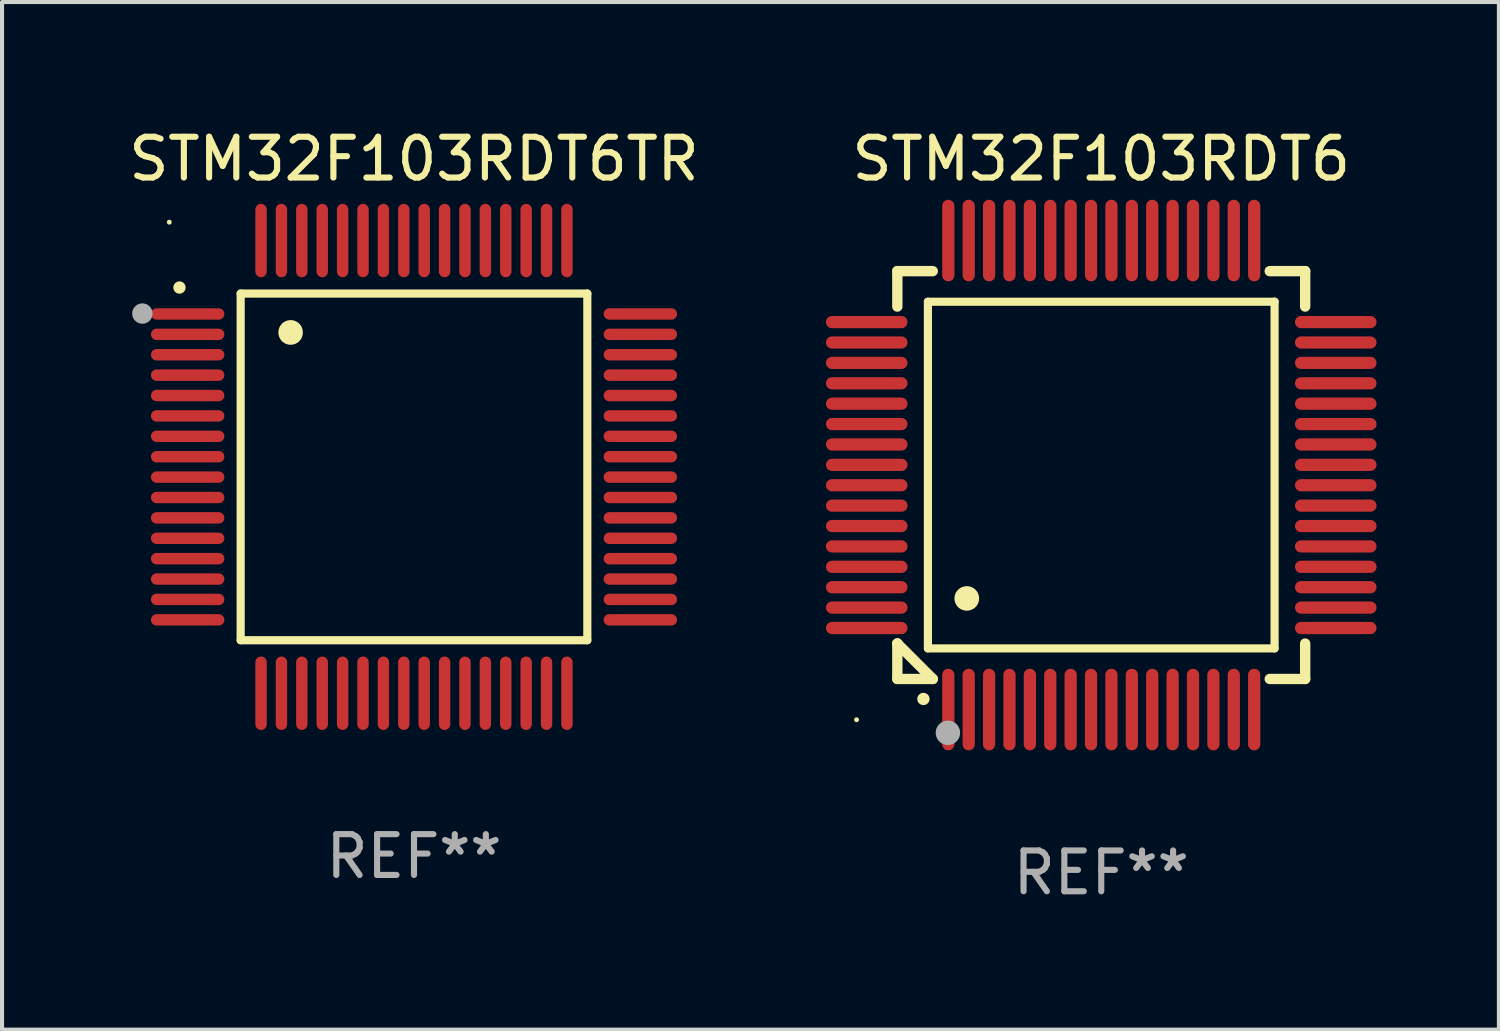
<source format=kicad_pcb>
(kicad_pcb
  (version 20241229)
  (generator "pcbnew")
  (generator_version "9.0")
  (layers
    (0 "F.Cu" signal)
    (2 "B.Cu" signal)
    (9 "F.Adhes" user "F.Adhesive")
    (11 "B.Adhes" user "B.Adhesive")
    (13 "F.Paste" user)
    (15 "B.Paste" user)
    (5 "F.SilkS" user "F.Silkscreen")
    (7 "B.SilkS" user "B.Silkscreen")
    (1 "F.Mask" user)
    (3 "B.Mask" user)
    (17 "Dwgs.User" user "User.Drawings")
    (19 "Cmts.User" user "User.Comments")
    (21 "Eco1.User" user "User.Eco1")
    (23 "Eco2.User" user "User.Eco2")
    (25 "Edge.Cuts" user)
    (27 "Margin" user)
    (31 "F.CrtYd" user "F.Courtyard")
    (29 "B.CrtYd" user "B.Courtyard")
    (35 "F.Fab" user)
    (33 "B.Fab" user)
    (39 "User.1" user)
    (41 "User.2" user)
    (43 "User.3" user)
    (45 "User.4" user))
  (footprint "STM32F103RDT6TR"
    (layer "F.Cu")
    (at 7.101 8.398)
    (property "Reference" "STM32F103RDT6TR" (at 0 -7.55 0) (layer "F.SilkS") (effects (font (size 1 1) (thickness 0.15))))
    (attr through_hole)
    (fp_line (start -4.25 -4.25) (end -4.25 4.25) (stroke (width 0.2) (type solid)) (layer "F.SilkS"))
    (fp_line (start -4.25 4.25) (end 4.25 4.25) (stroke (width 0.2) (type solid)) (layer "F.SilkS"))
    (fp_line (start 4.25 -4.25) (end -4.25 -4.25) (stroke (width 0.2) (type solid)) (layer "F.SilkS"))
    (fp_line (start 4.25 4.25) (end 4.25 -4.25) (stroke (width 0.2) (type solid)) (layer "F.SilkS"))
    (fp_arc (start -5.750572 -4.396749) (mid -5.750577 -4.398019) (end -5.750572 -4.399289) (stroke (width 0.3) (type solid)) (layer "F.SilkS"))
    (fp_arc (start -3.025146 -3.294387) (mid -3.025157 -3.296927) (end -3.025146 -3.299467) (stroke (width 0.6) (type solid)) (layer "F.SilkS"))
    (fp_circle (center -6 -6) (end -5.97 -6) (stroke (width 0.06) (type solid)) (fill no) (layer "F.SilkS"))
    (fp_circle (center -6.66 -3.76) (end -6.535 -3.76) (stroke (width 0.25) (type solid)) (fill no) (layer "F.Fab"))
    (fp_text user "REF**" (at 0 9.55 0) (layer "F.Fab") (effects (font (size 1 1) (thickness 0.15))))
    (pad "1" smd oval (at -5.55 -3.75) (size 1.8 0.28) (layers "F.Cu" "F.Mask" "F.Paste"))
    (pad "2" smd oval (at -5.55 -3.25) (size 1.8 0.28) (layers "F.Cu" "F.Mask" "F.Paste"))
    (pad "3" smd oval (at -5.55 -2.75) (size 1.8 0.28) (layers "F.Cu" "F.Mask" "F.Paste"))
    (pad "4" smd oval (at -5.55 -2.25) (size 1.8 0.28) (layers "F.Cu" "F.Mask" "F.Paste"))
    (pad "5" smd oval (at -5.55 -1.75) (size 1.8 0.28) (layers "F.Cu" "F.Mask" "F.Paste"))
    (pad "6" smd oval (at -5.55 -1.25) (size 1.8 0.28) (layers "F.Cu" "F.Mask" "F.Paste"))
    (pad "7" smd oval (at -5.55 -0.75) (size 1.8 0.28) (layers "F.Cu" "F.Mask" "F.Paste"))
    (pad "8" smd oval (at -5.55 -0.25) (size 1.8 0.28) (layers "F.Cu" "F.Mask" "F.Paste"))
    (pad "9" smd oval (at -5.55 0.25) (size 1.8 0.28) (layers "F.Cu" "F.Mask" "F.Paste"))
    (pad "10" smd oval (at -5.55 0.75) (size 1.8 0.28) (layers "F.Cu" "F.Mask" "F.Paste"))
    (pad "11" smd oval (at -5.55 1.25) (size 1.8 0.28) (layers "F.Cu" "F.Mask" "F.Paste"))
    (pad "12" smd oval (at -5.55 1.75) (size 1.8 0.28) (layers "F.Cu" "F.Mask" "F.Paste"))
    (pad "13" smd oval (at -5.55 2.25) (size 1.8 0.28) (layers "F.Cu" "F.Mask" "F.Paste"))
    (pad "14" smd oval (at -5.55 2.75) (size 1.8 0.28) (layers "F.Cu" "F.Mask" "F.Paste"))
    (pad "15" smd oval (at -5.55 3.25) (size 1.8 0.28) (layers "F.Cu" "F.Mask" "F.Paste"))
    (pad "16" smd oval (at -5.55 3.75) (size 1.8 0.28) (layers "F.Cu" "F.Mask" "F.Paste"))
    (pad "17" smd oval (at -3.75 5.55) (size 0.28 1.8) (layers "F.Cu" "F.Mask" "F.Paste"))
    (pad "18" smd oval (at -3.25 5.55) (size 0.28 1.8) (layers "F.Cu" "F.Mask" "F.Paste"))
    (pad "19" smd oval (at -2.75 5.55) (size 0.28 1.8) (layers "F.Cu" "F.Mask" "F.Paste"))
    (pad "20" smd oval (at -2.25 5.55) (size 0.28 1.8) (layers "F.Cu" "F.Mask" "F.Paste"))
    (pad "21" smd oval (at -1.75 5.55) (size 0.28 1.8) (layers "F.Cu" "F.Mask" "F.Paste"))
    (pad "22" smd oval (at -1.25 5.55) (size 0.28 1.8) (layers "F.Cu" "F.Mask" "F.Paste"))
    (pad "23" smd oval (at -0.75 5.55) (size 0.28 1.8) (layers "F.Cu" "F.Mask" "F.Paste"))
    (pad "24" smd oval (at -0.25 5.55) (size 0.28 1.8) (layers "F.Cu" "F.Mask" "F.Paste"))
    (pad "25" smd oval (at 0.25 5.55) (size 0.28 1.8) (layers "F.Cu" "F.Mask" "F.Paste"))
    (pad "26" smd oval (at 0.75 5.55) (size 0.28 1.8) (layers "F.Cu" "F.Mask" "F.Paste"))
    (pad "27" smd oval (at 1.25 5.55) (size 0.28 1.8) (layers "F.Cu" "F.Mask" "F.Paste"))
    (pad "28" smd oval (at 1.75 5.55) (size 0.28 1.8) (layers "F.Cu" "F.Mask" "F.Paste"))
    (pad "29" smd oval (at 2.25 5.55) (size 0.28 1.8) (layers "F.Cu" "F.Mask" "F.Paste"))
    (pad "30" smd oval (at 2.75 5.55) (size 0.28 1.8) (layers "F.Cu" "F.Mask" "F.Paste"))
    (pad "31" smd oval (at 3.25 5.55) (size 0.28 1.8) (layers "F.Cu" "F.Mask" "F.Paste"))
    (pad "32" smd oval (at 3.75 5.55) (size 0.28 1.8) (layers "F.Cu" "F.Mask" "F.Paste"))
    (pad "33" smd oval (at 5.55 3.75) (size 1.8 0.28) (layers "F.Cu" "F.Mask" "F.Paste"))
    (pad "34" smd oval (at 5.55 3.25) (size 1.8 0.28) (layers "F.Cu" "F.Mask" "F.Paste"))
    (pad "35" smd oval (at 5.55 2.75) (size 1.8 0.28) (layers "F.Cu" "F.Mask" "F.Paste"))
    (pad "36" smd oval (at 5.55 2.25) (size 1.8 0.28) (layers "F.Cu" "F.Mask" "F.Paste"))
    (pad "37" smd oval (at 5.55 1.75) (size 1.8 0.28) (layers "F.Cu" "F.Mask" "F.Paste"))
    (pad "38" smd oval (at 5.55 1.25) (size 1.8 0.28) (layers "F.Cu" "F.Mask" "F.Paste"))
    (pad "39" smd oval (at 5.55 0.75) (size 1.8 0.28) (layers "F.Cu" "F.Mask" "F.Paste"))
    (pad "40" smd oval (at 5.55 0.25) (size 1.8 0.28) (layers "F.Cu" "F.Mask" "F.Paste"))
    (pad "41" smd oval (at 5.55 -0.25) (size 1.8 0.28) (layers "F.Cu" "F.Mask" "F.Paste"))
    (pad "42" smd oval (at 5.55 -0.75) (size 1.8 0.28) (layers "F.Cu" "F.Mask" "F.Paste"))
    (pad "43" smd oval (at 5.55 -1.25) (size 1.8 0.28) (layers "F.Cu" "F.Mask" "F.Paste"))
    (pad "44" smd oval (at 5.55 -1.75) (size 1.8 0.28) (layers "F.Cu" "F.Mask" "F.Paste"))
    (pad "45" smd oval (at 5.55 -2.25) (size 1.8 0.28) (layers "F.Cu" "F.Mask" "F.Paste"))
    (pad "46" smd oval (at 5.55 -2.75) (size 1.8 0.28) (layers "F.Cu" "F.Mask" "F.Paste"))
    (pad "47" smd oval (at 5.55 -3.25) (size 1.8 0.28) (layers "F.Cu" "F.Mask" "F.Paste"))
    (pad "48" smd oval (at 5.55 -3.75) (size 1.8 0.28) (layers "F.Cu" "F.Mask" "F.Paste"))
    (pad "49" smd oval (at 3.75 -5.55) (size 0.28 1.8) (layers "F.Cu" "F.Mask" "F.Paste"))
    (pad "50" smd oval (at 3.25 -5.55) (size 0.28 1.8) (layers "F.Cu" "F.Mask" "F.Paste"))
    (pad "51" smd oval (at 2.75 -5.55) (size 0.28 1.8) (layers "F.Cu" "F.Mask" "F.Paste"))
    (pad "52" smd oval (at 2.25 -5.55) (size 0.28 1.8) (layers "F.Cu" "F.Mask" "F.Paste"))
    (pad "53" smd oval (at 1.75 -5.55) (size 0.28 1.8) (layers "F.Cu" "F.Mask" "F.Paste"))
    (pad "54" smd oval (at 1.25 -5.55) (size 0.28 1.8) (layers "F.Cu" "F.Mask" "F.Paste"))
    (pad "55" smd oval (at 0.75 -5.55) (size 0.28 1.8) (layers "F.Cu" "F.Mask" "F.Paste"))
    (pad "56" smd oval (at 0.25 -5.55) (size 0.28 1.8) (layers "F.Cu" "F.Mask" "F.Paste"))
    (pad "57" smd oval (at -0.25 -5.55) (size 0.28 1.8) (layers "F.Cu" "F.Mask" "F.Paste"))
    (pad "58" smd oval (at -0.75 -5.55) (size 0.28 1.8) (layers "F.Cu" "F.Mask" "F.Paste"))
    (pad "59" smd oval (at -1.25 -5.55) (size 0.28 1.8) (layers "F.Cu" "F.Mask" "F.Paste"))
    (pad "60" smd oval (at -1.75 -5.55) (size 0.28 1.8) (layers "F.Cu" "F.Mask" "F.Paste"))
    (pad "61" smd oval (at -2.25 -5.55) (size 0.28 1.8) (layers "F.Cu" "F.Mask" "F.Paste"))
    (pad "62" smd oval (at -2.75 -5.55) (size 0.28 1.8) (layers "F.Cu" "F.Mask" "F.Paste"))
    (pad "63" smd oval (at -3.25 -5.55) (size 0.28 1.8) (layers "F.Cu" "F.Mask" "F.Paste"))
    (pad "64" smd oval (at -3.75 -5.55) (size 0.28 1.8) (layers "F.Cu" "F.Mask" "F.Paste")))
  (footprint "STM32F103RDT6"
    (layer "F.Cu")
    (at 23.952 8.598)
    (property "Reference" "STM32F103RDT6" (at 0 -7.75 0) (layer "F.SilkS") (effects (font (size 1 1) (thickness 0.15))))
    (attr through_hole)
    (fp_line (start -5 -5) (end -4.131 -5) (stroke (width 0.254) (type solid)) (layer "F.SilkS"))
    (fp_line (start -5 -4.131) (end -5 -5) (stroke (width 0.254) (type solid)) (layer "F.SilkS"))
    (fp_line (start -5 4.131) (end -5 4.131) (stroke (width 0.254) (type solid)) (layer "F.SilkS"))
    (fp_line (start -5 5) (end -5 4.131) (stroke (width 0.254) (type solid)) (layer "F.SilkS"))
    (fp_line (start -5 4.131) (end -4.131 5) (stroke (width 0.254) (type solid)) (layer "F.SilkS"))
    (fp_line (start -4.25 -4.25) (end -4.25 4.25) (stroke (width 0.2) (type solid)) (layer "F.SilkS"))
    (fp_line (start -4.25 4.25) (end 4.25 4.25) (stroke (width 0.2) (type solid)) (layer "F.SilkS"))
    (fp_line (start -4.131 5) (end -5 5) (stroke (width 0.254) (type solid)) (layer "F.SilkS"))
    (fp_line (start 4.25 -4.25) (end -4.25 -4.25) (stroke (width 0.2) (type solid)) (layer "F.SilkS"))
    (fp_line (start 4.25 4.25) (end 4.25 -4.25) (stroke (width 0.2) (type solid)) (layer "F.SilkS"))
    (fp_line (start 5 -5) (end 4.131 -5) (stroke (width 0.254) (type solid)) (layer "F.SilkS"))
    (fp_line (start 5 -5) (end 5 -4.131) (stroke (width 0.254) (type solid)) (layer "F.SilkS"))
    (fp_line (start 5 4.131) (end 5 5) (stroke (width 0.254) (type solid)) (layer "F.SilkS"))
    (fp_line (start 5 5) (end 4.131 5) (stroke (width 0.254) (type solid)) (layer "F.SilkS"))
    (fp_arc (start -4.361265 5.489992) (mid -4.359995 5.489987) (end -4.358725 5.489992) (stroke (width 0.3) (type solid)) (layer "F.SilkS"))
    (fp_arc (start -3.299467 3.025146) (mid -3.296927 3.025135) (end -3.294387 3.025146) (stroke (width 0.6) (type solid)) (layer "F.SilkS"))
    (fp_circle (center -6 6) (end -5.97 6) (stroke (width 0.06) (type solid)) (fill no) (layer "F.SilkS"))
    (fp_circle (center -3.76 6.32) (end -3.61 6.32) (stroke (width 0.3) (type solid)) (fill no) (layer "F.Fab"))
    (fp_text user "REF**" (at 0 9.75 0) (layer "F.Fab") (effects (font (size 1 1) (thickness 0.15))))
    (pad "1" smd oval (at -3.75 5.75) (size 0.3 2) (layers "F.Cu" "F.Mask" "F.Paste"))
    (pad "2" smd oval (at -3.25 5.75) (size 0.3 2) (layers "F.Cu" "F.Mask" "F.Paste"))
    (pad "3" smd oval (at -2.75 5.75) (size 0.3 2) (layers "F.Cu" "F.Mask" "F.Paste"))
    (pad "4" smd oval (at -2.25 5.75) (size 0.3 2) (layers "F.Cu" "F.Mask" "F.Paste"))
    (pad "5" smd oval (at -1.75 5.75) (size 0.3 2) (layers "F.Cu" "F.Mask" "F.Paste"))
    (pad "6" smd oval (at -1.25 5.75) (size 0.3 2) (layers "F.Cu" "F.Mask" "F.Paste"))
    (pad "7" smd oval (at -0.75 5.75) (size 0.3 2) (layers "F.Cu" "F.Mask" "F.Paste"))
    (pad "8" smd oval (at -0.25 5.75) (size 0.3 2) (layers "F.Cu" "F.Mask" "F.Paste"))
    (pad "9" smd oval (at 0.25 5.75) (size 0.3 2) (layers "F.Cu" "F.Mask" "F.Paste"))
    (pad "10" smd oval (at 0.75 5.75) (size 0.3 2) (layers "F.Cu" "F.Mask" "F.Paste"))
    (pad "11" smd oval (at 1.25 5.75) (size 0.3 2) (layers "F.Cu" "F.Mask" "F.Paste"))
    (pad "12" smd oval (at 1.75 5.75) (size 0.3 2) (layers "F.Cu" "F.Mask" "F.Paste"))
    (pad "13" smd oval (at 2.25 5.75) (size 0.3 2) (layers "F.Cu" "F.Mask" "F.Paste"))
    (pad "14" smd oval (at 2.75 5.75) (size 0.3 2) (layers "F.Cu" "F.Mask" "F.Paste"))
    (pad "15" smd oval (at 3.25 5.75) (size 0.3 2) (layers "F.Cu" "F.Mask" "F.Paste"))
    (pad "16" smd oval (at 3.75 5.75) (size 0.3 2) (layers "F.Cu" "F.Mask" "F.Paste"))
    (pad "17" smd oval (at 5.75 3.75) (size 2 0.3) (layers "F.Cu" "F.Mask" "F.Paste"))
    (pad "18" smd oval (at 5.75 3.25) (size 2 0.3) (layers "F.Cu" "F.Mask" "F.Paste"))
    (pad "19" smd oval (at 5.75 2.75) (size 2 0.3) (layers "F.Cu" "F.Mask" "F.Paste"))
    (pad "20" smd oval (at 5.75 2.25) (size 2 0.3) (layers "F.Cu" "F.Mask" "F.Paste"))
    (pad "21" smd oval (at 5.75 1.75) (size 2 0.3) (layers "F.Cu" "F.Mask" "F.Paste"))
    (pad "22" smd oval (at 5.75 1.25) (size 2 0.3) (layers "F.Cu" "F.Mask" "F.Paste"))
    (pad "23" smd oval (at 5.75 0.75) (size 2 0.3) (layers "F.Cu" "F.Mask" "F.Paste"))
    (pad "24" smd oval (at 5.75 0.25) (size 2 0.3) (layers "F.Cu" "F.Mask" "F.Paste"))
    (pad "25" smd oval (at 5.75 -0.25) (size 2 0.3) (layers "F.Cu" "F.Mask" "F.Paste"))
    (pad "26" smd oval (at 5.75 -0.75) (size 2 0.3) (layers "F.Cu" "F.Mask" "F.Paste"))
    (pad "27" smd oval (at 5.75 -1.25) (size 2 0.3) (layers "F.Cu" "F.Mask" "F.Paste"))
    (pad "28" smd oval (at 5.75 -1.75) (size 2 0.3) (layers "F.Cu" "F.Mask" "F.Paste"))
    (pad "29" smd oval (at 5.75 -2.25) (size 2 0.3) (layers "F.Cu" "F.Mask" "F.Paste"))
    (pad "30" smd oval (at 5.75 -2.75) (size 2 0.3) (layers "F.Cu" "F.Mask" "F.Paste"))
    (pad "31" smd oval (at 5.75 -3.25) (size 2 0.3) (layers "F.Cu" "F.Mask" "F.Paste"))
    (pad "32" smd oval (at 5.75 -3.75) (size 2 0.3) (layers "F.Cu" "F.Mask" "F.Paste"))
    (pad "33" smd oval (at 3.75 -5.75) (size 0.3 2) (layers "F.Cu" "F.Mask" "F.Paste"))
    (pad "34" smd oval (at 3.25 -5.75) (size 0.3 2) (layers "F.Cu" "F.Mask" "F.Paste"))
    (pad "35" smd oval (at 2.75 -5.75) (size 0.3 2) (layers "F.Cu" "F.Mask" "F.Paste"))
    (pad "36" smd oval (at 2.25 -5.75) (size 0.3 2) (layers "F.Cu" "F.Mask" "F.Paste"))
    (pad "37" smd oval (at 1.75 -5.75) (size 0.3 2) (layers "F.Cu" "F.Mask" "F.Paste"))
    (pad "38" smd oval (at 1.25 -5.75) (size 0.3 2) (layers "F.Cu" "F.Mask" "F.Paste"))
    (pad "39" smd oval (at 0.75 -5.75) (size 0.3 2) (layers "F.Cu" "F.Mask" "F.Paste"))
    (pad "40" smd oval (at 0.25 -5.75) (size 0.3 2) (layers "F.Cu" "F.Mask" "F.Paste"))
    (pad "41" smd oval (at -0.25 -5.75) (size 0.3 2) (layers "F.Cu" "F.Mask" "F.Paste"))
    (pad "42" smd oval (at -0.75 -5.75) (size 0.3 2) (layers "F.Cu" "F.Mask" "F.Paste"))
    (pad "43" smd oval (at -1.25 -5.75) (size 0.3 2) (layers "F.Cu" "F.Mask" "F.Paste"))
    (pad "44" smd oval (at -1.75 -5.75) (size 0.3 2) (layers "F.Cu" "F.Mask" "F.Paste"))
    (pad "45" smd oval (at -2.25 -5.75) (size 0.3 2) (layers "F.Cu" "F.Mask" "F.Paste"))
    (pad "46" smd oval (at -2.75 -5.75) (size 0.3 2) (layers "F.Cu" "F.Mask" "F.Paste"))
    (pad "47" smd oval (at -3.25 -5.75) (size 0.3 2) (layers "F.Cu" "F.Mask" "F.Paste"))
    (pad "48" smd oval (at -3.75 -5.75) (size 0.3 2) (layers "F.Cu" "F.Mask" "F.Paste"))
    (pad "49" smd oval (at -5.75 -3.75) (size 2 0.3) (layers "F.Cu" "F.Mask" "F.Paste"))
    (pad "50" smd oval (at -5.75 -3.25) (size 2 0.3) (layers "F.Cu" "F.Mask" "F.Paste"))
    (pad "51" smd oval (at -5.75 -2.75) (size 2 0.3) (layers "F.Cu" "F.Mask" "F.Paste"))
    (pad "52" smd oval (at -5.75 -2.25) (size 2 0.3) (layers "F.Cu" "F.Mask" "F.Paste"))
    (pad "53" smd oval (at -5.75 -1.75) (size 2 0.3) (layers "F.Cu" "F.Mask" "F.Paste"))
    (pad "54" smd oval (at -5.75 -1.25) (size 2 0.3) (layers "F.Cu" "F.Mask" "F.Paste"))
    (pad "55" smd oval (at -5.75 -0.75) (size 2 0.3) (layers "F.Cu" "F.Mask" "F.Paste"))
    (pad "56" smd oval (at -5.75 -0.25) (size 2 0.3) (layers "F.Cu" "F.Mask" "F.Paste"))
    (pad "57" smd oval (at -5.75 0.25) (size 2 0.3) (layers "F.Cu" "F.Mask" "F.Paste"))
    (pad "58" smd oval (at -5.75 0.75) (size 2 0.3) (layers "F.Cu" "F.Mask" "F.Paste"))
    (pad "59" smd oval (at -5.75 1.25) (size 2 0.3) (layers "F.Cu" "F.Mask" "F.Paste"))
    (pad "60" smd oval (at -5.75 1.75) (size 2 0.3) (layers "F.Cu" "F.Mask" "F.Paste"))
    (pad "61" smd oval (at -5.75 2.25) (size 2 0.3) (layers "F.Cu" "F.Mask" "F.Paste"))
    (pad "62" smd oval (at -5.75 2.75) (size 2 0.3) (layers "F.Cu" "F.Mask" "F.Paste"))
    (pad "63" smd oval (at -5.75 3.25) (size 2 0.3) (layers "F.Cu" "F.Mask" "F.Paste"))
    (pad "64" smd oval (at -5.75 3.75) (size 2 0.3) (layers "F.Cu" "F.Mask" "F.Paste")))
  (gr_rect
    (start -3 -3)
    (end 33.702 22.196)
    (stroke (width 0.1) (type default))
    (fill no)
    (layer "Edge.Cuts")))
</source>
